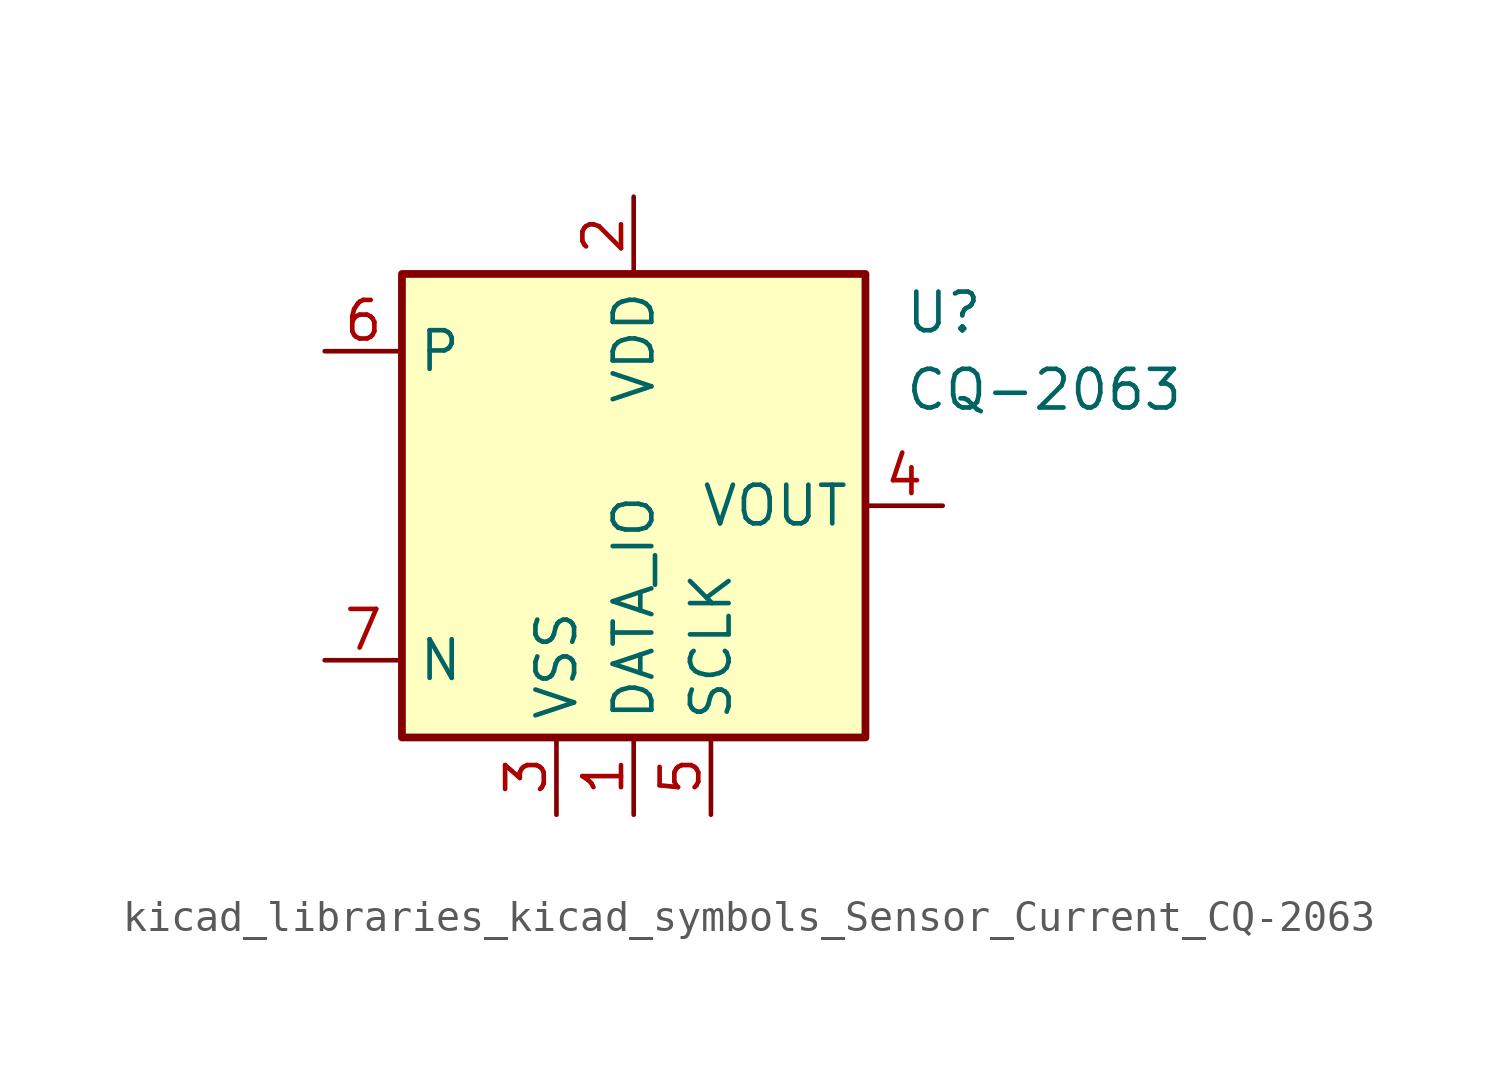
<source format=kicad_sym>
(kicad_symbol_lib
  (version 20220914)
  (generator kicad_symbol_editor)
  (symbol "kicad_libraries_kicad_symbols_Sensor_Current_CQ-2063"
    (property "Reference" "U"
      (at 8.89 6.35 0)
      (effects (font (size 1.27 1.27)) (justify left)))
    (property "Value" "CQ-2063"
      (at 8.89 3.81 0)
      (effects (font (size 1.27 1.27)) (justify left)))
    (symbol "kicad_libraries_kicad_symbols_Sensor_Current_CQ-2063_0_1"
      (rectangle (start -7.62 7.62) (end 7.62 -7.62) (stroke (width 0.254) (type default)) (fill (type background))))
    (symbol "kicad_libraries_kicad_symbols_Sensor_Current_CQ-2063_1_1"
      (pin power_in line (at 0 -10.16 90) (length 2.54) (name "DATA_IO" (effects (font (size 1.27 1.27)))) (number "1" (effects (font (size 1.27 1.27)))))
      (pin power_in line (at 0 10.16 270) (length 2.54) (name "VDD" (effects (font (size 1.27 1.27)))) (number "2" (effects (font (size 1.27 1.27)))))
      (pin power_in line (at -2.54 -10.16 90) (length 2.54) (name "VSS" (effects (font (size 1.27 1.27)))) (number "3" (effects (font (size 1.27 1.27)))))
      (pin output line (at 10.16 0 180) (length 2.54) (name "VOUT" (effects (font (size 1.27 1.27)))) (number "4" (effects (font (size 1.27 1.27)))))
      (pin power_in line (at 2.54 -10.16 90) (length 2.54) (name "SCLK" (effects (font (size 1.27 1.27)))) (number "5" (effects (font (size 1.27 1.27)))))
      (pin passive line (at -10.16 5.08 0) (length 2.54) (name "P" (effects (font (size 1.27 1.27)))) (number "6" (effects (font (size 1.27 1.27)))))
      (pin passive line (at -10.16 -5.08 0) (length 2.54) (name "N" (effects (font (size 1.27 1.27)))) (number "7" (effects (font (size 1.27 1.27))))))))
</source>
